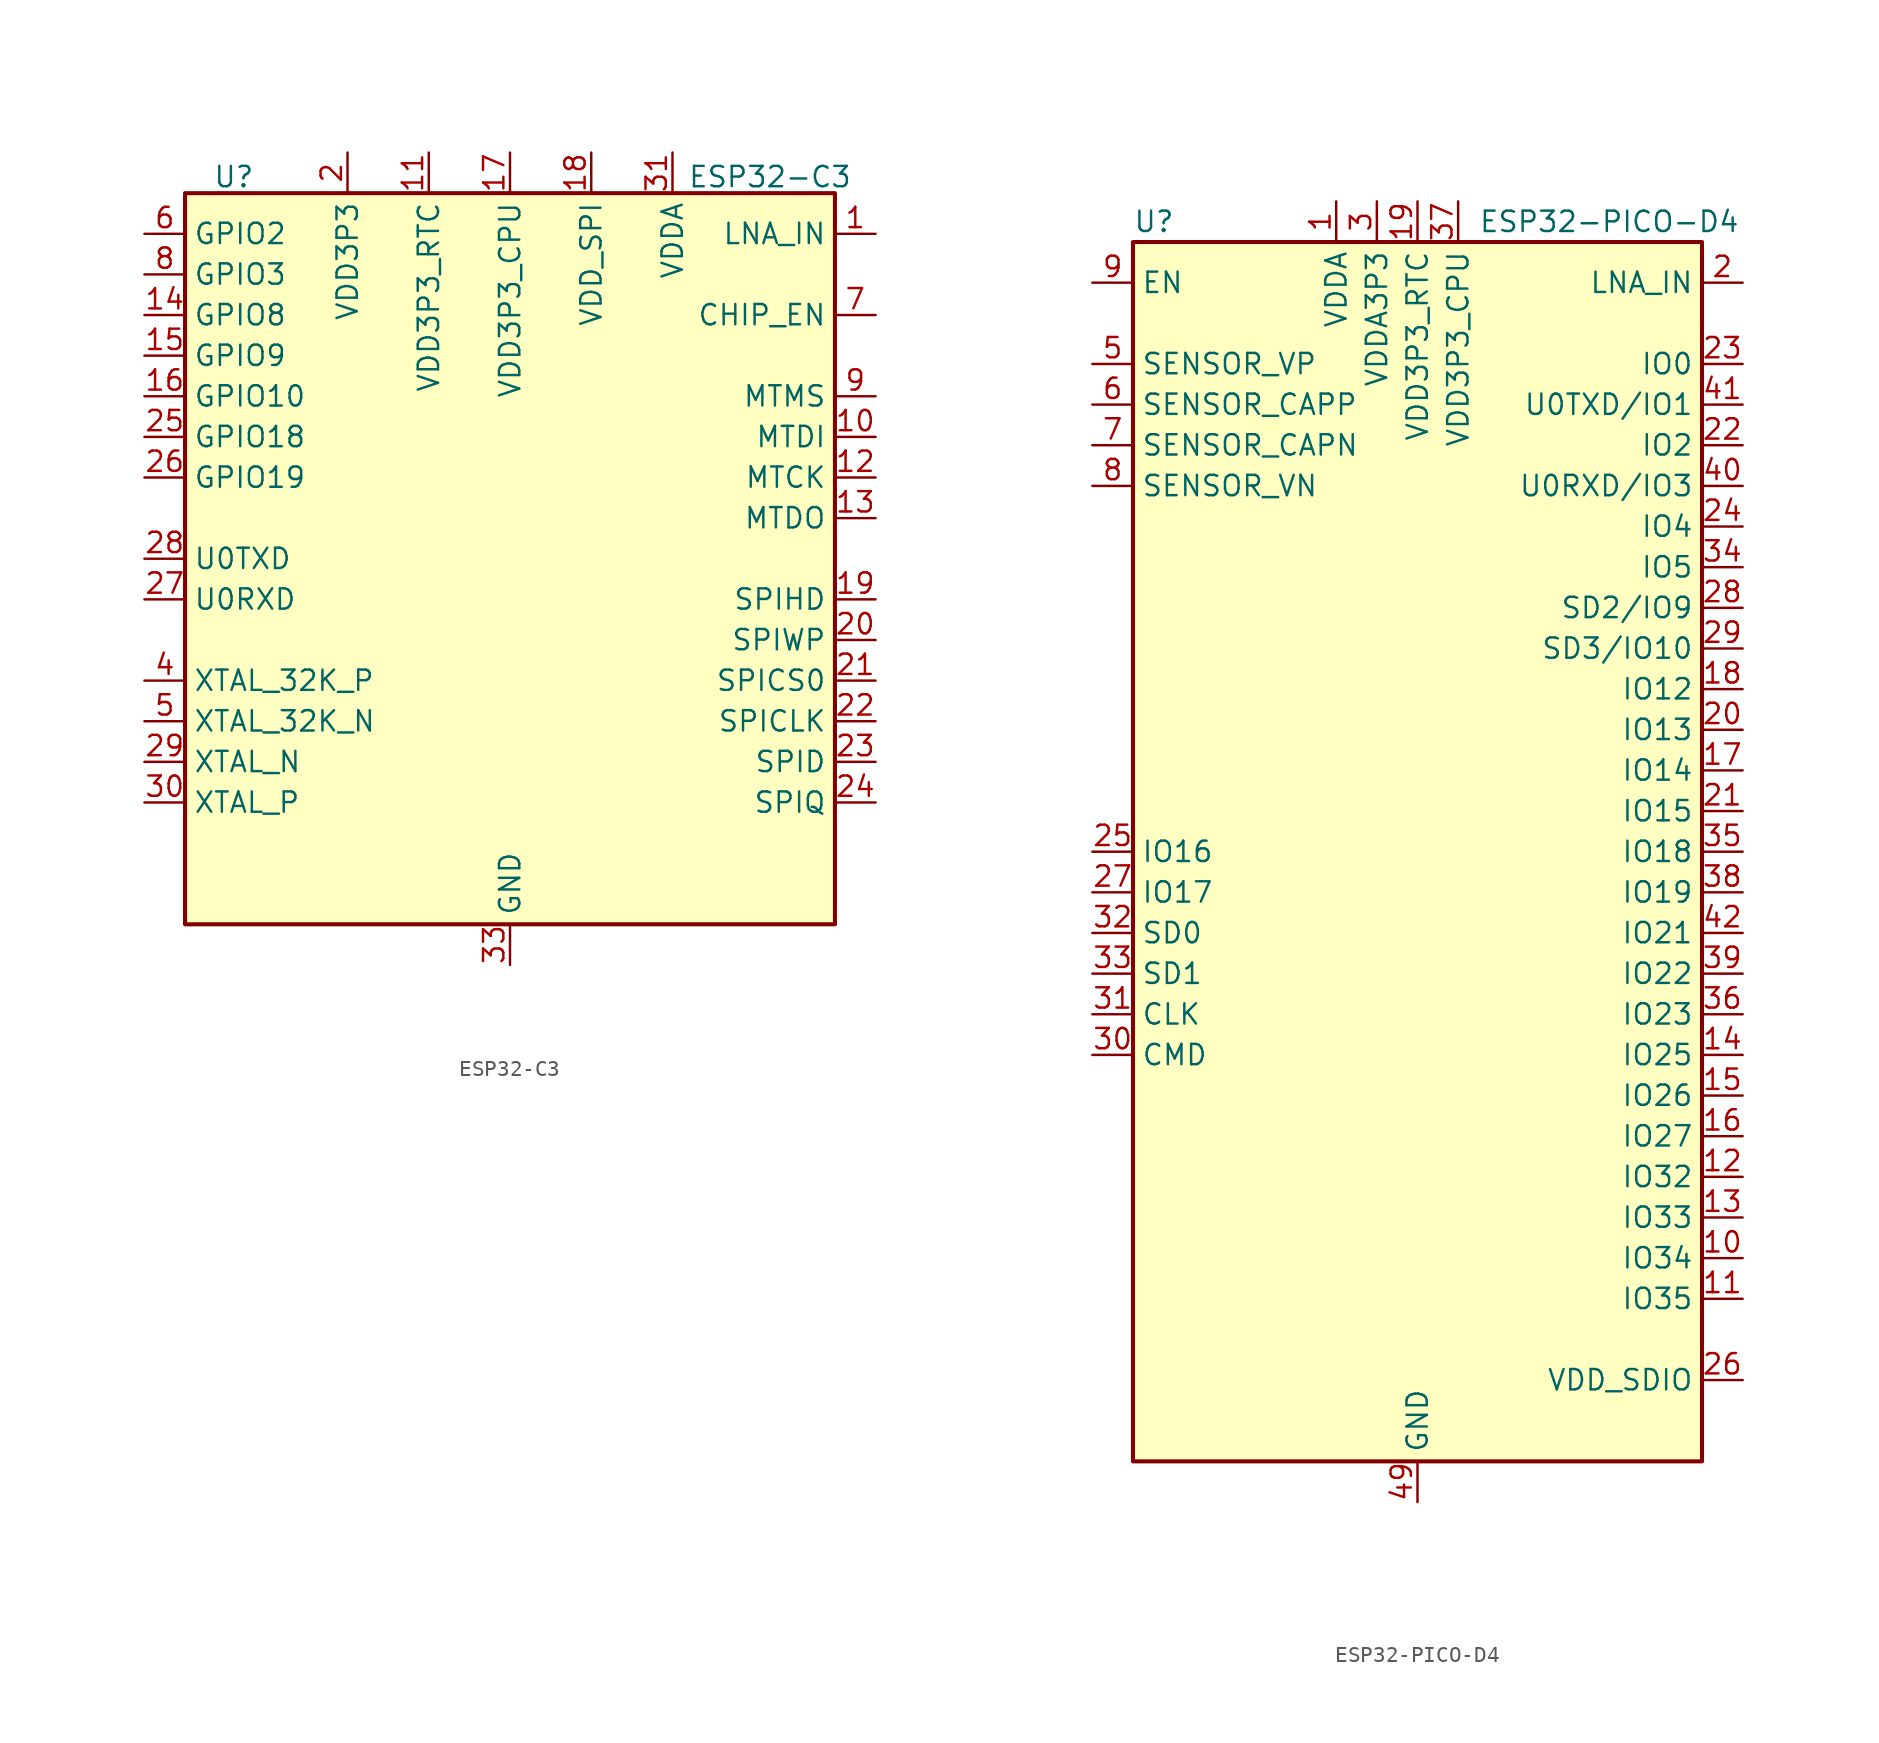
<source format=kicad_sym>
(kicad_symbol_lib
  (version 20231120)
  (generator "kicad_symbol_editor")
  (generator_version "8.0")
  (symbol "ESP32-C3"
    (property "Reference" "U"
      (at -17.272 23.876 0)
      (effects (font (size 1.27 1.27))))
    (property "Value" "ESP32-C3"
      (at 16.256 23.876 0)
      (effects (font (size 1.27 1.27))))
    (symbol "ESP32-C3_1_1"
      (rectangle (start -20.32 22.86) (end 20.32 -22.86) (stroke (width 0.254) (type default)) (fill (type background)))
      (pin bidirectional line (at 22.86 20.32 180) (length 2.54) (name "LNA_IN" (effects (font (size 1.27 1.27)))) (number "1" (effects (font (size 1.27 1.27)))))
      (pin bidirectional line (at 22.86 7.62 180) (length 2.54) (name "MTDI" (effects (font (size 1.27 1.27)))) (number "10" (effects (font (size 1.27 1.27)))))
      (pin power_in line (at -5.08 25.4 270) (length 2.54) (name "VDD3P3_RTC" (effects (font (size 1.27 1.27)))) (number "11" (effects (font (size 1.27 1.27)))))
      (pin bidirectional line (at 22.86 5.08 180) (length 2.54) (name "MTCK" (effects (font (size 1.27 1.27)))) (number "12" (effects (font (size 1.27 1.27)))))
      (pin bidirectional line (at 22.86 2.54 180) (length 2.54) (name "MTDO" (effects (font (size 1.27 1.27)))) (number "13" (effects (font (size 1.27 1.27)))))
      (pin bidirectional line (at -22.86 15.24 0) (length 2.54) (name "GPIO8" (effects (font (size 1.27 1.27)))) (number "14" (effects (font (size 1.27 1.27)))))
      (pin bidirectional line (at -22.86 12.7 0) (length 2.54) (name "GPIO9" (effects (font (size 1.27 1.27)))) (number "15" (effects (font (size 1.27 1.27)))))
      (pin bidirectional line (at -22.86 10.16 0) (length 2.54) (name "GPIO10" (effects (font (size 1.27 1.27)))) (number "16" (effects (font (size 1.27 1.27)))))
      (pin power_in line (at 0 25.4 270) (length 2.54) (name "VDD3P3_CPU" (effects (font (size 1.27 1.27)))) (number "17" (effects (font (size 1.27 1.27)))))
      (pin power_out line (at 5.08 25.4 270) (length 2.54) (name "VDD_SPI" (effects (font (size 1.27 1.27)))) (number "18" (effects (font (size 1.27 1.27)))))
      (pin bidirectional line (at 22.86 -2.54 180) (length 2.54) (name "SPIHD" (effects (font (size 1.27 1.27)))) (number "19" (effects (font (size 1.27 1.27)))))
      (pin power_in line (at -10.16 25.4 270) (length 2.54) (name "VDD3P3" (effects (font (size 1.27 1.27)))) (number "2" (effects (font (size 1.27 1.27)))))
      (pin bidirectional line (at 22.86 -5.08 180) (length 2.54) (name "SPIWP" (effects (font (size 1.27 1.27)))) (number "20" (effects (font (size 1.27 1.27)))))
      (pin bidirectional line (at 22.86 -7.62 180) (length 2.54) (name "SPICS0" (effects (font (size 1.27 1.27)))) (number "21" (effects (font (size 1.27 1.27)))))
      (pin bidirectional line (at 22.86 -10.16 180) (length 2.54) (name "SPICLK" (effects (font (size 1.27 1.27)))) (number "22" (effects (font (size 1.27 1.27)))))
      (pin bidirectional line (at 22.86 -12.7 180) (length 2.54) (name "SPID" (effects (font (size 1.27 1.27)))) (number "23" (effects (font (size 1.27 1.27)))))
      (pin bidirectional line (at 22.86 -15.24 180) (length 2.54) (name "SPIQ" (effects (font (size 1.27 1.27)))) (number "24" (effects (font (size 1.27 1.27)))))
      (pin bidirectional line (at -22.86 7.62 0) (length 2.54) (name "GPIO18" (effects (font (size 1.27 1.27)))) (number "25" (effects (font (size 1.27 1.27)))))
      (pin bidirectional line (at -22.86 5.08 0) (length 2.54) (name "GPIO19" (effects (font (size 1.27 1.27)))) (number "26" (effects (font (size 1.27 1.27)))))
      (pin bidirectional line (at -22.86 -2.54 0) (length 2.54) (name "U0RXD" (effects (font (size 1.27 1.27)))) (number "27" (effects (font (size 1.27 1.27)))))
      (pin bidirectional line (at -22.86 0 0) (length 2.54) (name "U0TXD" (effects (font (size 1.27 1.27)))) (number "28" (effects (font (size 1.27 1.27)))))
      (pin bidirectional line (at -22.86 -12.7 0) (length 2.54) (name "XTAL_N" (effects (font (size 1.27 1.27)))) (number "29" (effects (font (size 1.27 1.27)))))
      (pin passive line (at -10.16 25.4 270) (length 2.54) hide (name "VDD3P3" (effects (font (size 1.27 1.27)))) (number "3" (effects (font (size 1.27 1.27)))))
      (pin bidirectional line (at -22.86 -15.24 0) (length 2.54) (name "XTAL_P" (effects (font (size 1.27 1.27)))) (number "30" (effects (font (size 1.27 1.27)))))
      (pin power_in line (at 10.16 25.4 270) (length 2.54) (name "VDDA" (effects (font (size 1.27 1.27)))) (number "31" (effects (font (size 1.27 1.27)))))
      (pin passive line (at 10.16 25.4 270) (length 2.54) hide (name "VDDA" (effects (font (size 1.27 1.27)))) (number "32" (effects (font (size 1.27 1.27)))))
      (pin power_in line (at 0 -25.4 90) (length 2.54) (name "GND" (effects (font (size 1.27 1.27)))) (number "33" (effects (font (size 1.27 1.27)))))
      (pin bidirectional line (at -22.86 -7.62 0) (length 2.54) (name "XTAL_32K_P" (effects (font (size 1.27 1.27)))) (number "4" (effects (font (size 1.27 1.27)))))
      (pin bidirectional line (at -22.86 -10.16 0) (length 2.54) (name "XTAL_32K_N" (effects (font (size 1.27 1.27)))) (number "5" (effects (font (size 1.27 1.27)))))
      (pin bidirectional line (at -22.86 20.32 0) (length 2.54) (name "GPIO2" (effects (font (size 1.27 1.27)))) (number "6" (effects (font (size 1.27 1.27)))))
      (pin bidirectional line (at 22.86 15.24 180) (length 2.54) (name "CHIP_EN" (effects (font (size 1.27 1.27)))) (number "7" (effects (font (size 1.27 1.27)))))
      (pin bidirectional line (at -22.86 17.78 0) (length 2.54) (name "GPIO3" (effects (font (size 1.27 1.27)))) (number "8" (effects (font (size 1.27 1.27)))))
      (pin bidirectional line (at 22.86 10.16 180) (length 2.54) (name "MTMS" (effects (font (size 1.27 1.27)))) (number "9" (effects (font (size 1.27 1.27)))))))
  (symbol "ESP32-PICO-D4"
    (property "Reference" "U"
      (at -17.78 39.37 0)
      (effects (font (size 1.27 1.27)) (justify left)))
    (property "Value" "ESP32-PICO-D4"
      (at 3.81 39.37 0)
      (effects (font (size 1.27 1.27)) (justify left)))
    (symbol "ESP32-PICO-D4_0_0"
      (pin power_in line (at -5.08 40.64 270) (length 2.54) (name "VDDA" (effects (font (size 1.27 1.27)))) (number "1" (effects (font (size 1.27 1.27)))))
      (pin input line (at 20.32 -25.4 180) (length 2.54) (name "IO34" (effects (font (size 1.27 1.27)))) (number "10" (effects (font (size 1.27 1.27)))))
      (pin input line (at 20.32 -27.94 180) (length 2.54) (name "IO35" (effects (font (size 1.27 1.27)))) (number "11" (effects (font (size 1.27 1.27)))))
      (pin bidirectional line (at 20.32 -20.32 180) (length 2.54) (name "IO32" (effects (font (size 1.27 1.27)))) (number "12" (effects (font (size 1.27 1.27)))))
      (pin bidirectional line (at 20.32 -22.86 180) (length 2.54) (name "IO33" (effects (font (size 1.27 1.27)))) (number "13" (effects (font (size 1.27 1.27)))))
      (pin bidirectional line (at 20.32 -12.7 180) (length 2.54) (name "IO25" (effects (font (size 1.27 1.27)))) (number "14" (effects (font (size 1.27 1.27)))))
      (pin bidirectional line (at 20.32 -15.24 180) (length 2.54) (name "IO26" (effects (font (size 1.27 1.27)))) (number "15" (effects (font (size 1.27 1.27)))))
      (pin bidirectional line (at 20.32 -17.78 180) (length 2.54) (name "IO27" (effects (font (size 1.27 1.27)))) (number "16" (effects (font (size 1.27 1.27)))))
      (pin bidirectional line (at 20.32 5.08 180) (length 2.54) (name "IO14" (effects (font (size 1.27 1.27)))) (number "17" (effects (font (size 1.27 1.27)))))
      (pin bidirectional line (at 20.32 10.16 180) (length 2.54) (name "IO12" (effects (font (size 1.27 1.27)))) (number "18" (effects (font (size 1.27 1.27)))))
      (pin power_in line (at 0 40.64 270) (length 2.54) (name "VDD3P3_RTC" (effects (font (size 1.27 1.27)))) (number "19" (effects (font (size 1.27 1.27)))))
      (pin bidirectional line (at 20.32 35.56 180) (length 2.54) (name "LNA_IN" (effects (font (size 1.27 1.27)))) (number "2" (effects (font (size 1.27 1.27)))))
      (pin bidirectional line (at 20.32 7.62 180) (length 2.54) (name "IO13" (effects (font (size 1.27 1.27)))) (number "20" (effects (font (size 1.27 1.27)))))
      (pin bidirectional line (at 20.32 2.54 180) (length 2.54) (name "IO15" (effects (font (size 1.27 1.27)))) (number "21" (effects (font (size 1.27 1.27)))))
      (pin bidirectional line (at 20.32 25.4 180) (length 2.54) (name "IO2" (effects (font (size 1.27 1.27)))) (number "22" (effects (font (size 1.27 1.27)))))
      (pin bidirectional line (at 20.32 30.48 180) (length 2.54) (name "IO0" (effects (font (size 1.27 1.27)))) (number "23" (effects (font (size 1.27 1.27)))))
      (pin bidirectional line (at 20.32 20.32 180) (length 2.54) (name "IO4" (effects (font (size 1.27 1.27)))) (number "24" (effects (font (size 1.27 1.27)))))
      (pin bidirectional line (at -20.32 0 0) (length 2.54) (name "IO16" (effects (font (size 1.27 1.27)))) (number "25" (effects (font (size 1.27 1.27)))))
      (pin power_out line (at 20.32 -33.02 180) (length 2.54) (name "VDD_SDIO" (effects (font (size 1.27 1.27)))) (number "26" (effects (font (size 1.27 1.27)))))
      (pin bidirectional line (at -20.32 -2.54 0) (length 2.54) (name "IO17" (effects (font (size 1.27 1.27)))) (number "27" (effects (font (size 1.27 1.27)))))
      (pin bidirectional line (at 20.32 15.24 180) (length 2.54) (name "SD2/IO9" (effects (font (size 1.27 1.27)))) (number "28" (effects (font (size 1.27 1.27)))))
      (pin bidirectional line (at 20.32 12.7 180) (length 2.54) (name "SD3/IO10" (effects (font (size 1.27 1.27)))) (number "29" (effects (font (size 1.27 1.27)))))
      (pin power_in line (at -2.54 40.64 270) (length 2.54) (name "VDDA3P3" (effects (font (size 1.27 1.27)))) (number "3" (effects (font (size 1.27 1.27)))))
      (pin bidirectional line (at -20.32 -12.7 0) (length 2.54) (name "CMD" (effects (font (size 1.27 1.27)))) (number "30" (effects (font (size 1.27 1.27)))))
      (pin bidirectional line (at -20.32 -10.16 0) (length 2.54) (name "CLK" (effects (font (size 1.27 1.27)))) (number "31" (effects (font (size 1.27 1.27)))))
      (pin bidirectional line (at -20.32 -5.08 0) (length 2.54) (name "SD0" (effects (font (size 1.27 1.27)))) (number "32" (effects (font (size 1.27 1.27)))))
      (pin bidirectional line (at -20.32 -7.62 0) (length 2.54) (name "SD1" (effects (font (size 1.27 1.27)))) (number "33" (effects (font (size 1.27 1.27)))))
      (pin bidirectional line (at 20.32 17.78 180) (length 2.54) (name "IO5" (effects (font (size 1.27 1.27)))) (number "34" (effects (font (size 1.27 1.27)))))
      (pin bidirectional line (at 20.32 0 180) (length 2.54) (name "IO18" (effects (font (size 1.27 1.27)))) (number "35" (effects (font (size 1.27 1.27)))))
      (pin bidirectional line (at 20.32 -10.16 180) (length 2.54) (name "IO23" (effects (font (size 1.27 1.27)))) (number "36" (effects (font (size 1.27 1.27)))))
      (pin power_in line (at 2.54 40.64 270) (length 2.54) (name "VDD3P3_CPU" (effects (font (size 1.27 1.27)))) (number "37" (effects (font (size 1.27 1.27)))))
      (pin bidirectional line (at 20.32 -2.54 180) (length 2.54) (name "IO19" (effects (font (size 1.27 1.27)))) (number "38" (effects (font (size 1.27 1.27)))))
      (pin bidirectional line (at 20.32 -7.62 180) (length 2.54) (name "IO22" (effects (font (size 1.27 1.27)))) (number "39" (effects (font (size 1.27 1.27)))))
      (pin passive line (at -2.54 40.64 270) (length 2.54) hide (name "VDDA3P3" (effects (font (size 1.27 1.27)))) (number "4" (effects (font (size 1.27 1.27)))))
      (pin bidirectional line (at 20.32 22.86 180) (length 2.54) (name "U0RXD/IO3" (effects (font (size 1.27 1.27)))) (number "40" (effects (font (size 1.27 1.27)))))
      (pin bidirectional line (at 20.32 27.94 180) (length 2.54) (name "U0TXD/IO1" (effects (font (size 1.27 1.27)))) (number "41" (effects (font (size 1.27 1.27)))))
      (pin bidirectional line (at 20.32 -5.08 180) (length 2.54) (name "IO21" (effects (font (size 1.27 1.27)))) (number "42" (effects (font (size 1.27 1.27)))))
      (pin passive line (at -5.08 40.64 270) (length 2.54) hide (name "VDDA" (effects (font (size 1.27 1.27)))) (number "43" (effects (font (size 1.27 1.27)))))
      (pin no_connect line (at -17.78 -25.4 0) (length 2.54) hide (name "XTAL_N_NC" (effects (font (size 1.27 1.27)))) (number "44" (effects (font (size 1.27 1.27)))))
      (pin no_connect line (at -17.78 -27.94 0) (length 2.54) hide (name "XTAL_P_NC" (effects (font (size 1.27 1.27)))) (number "45" (effects (font (size 1.27 1.27)))))
      (pin passive line (at -5.08 40.64 270) (length 2.54) hide (name "VDDA" (effects (font (size 1.27 1.27)))) (number "46" (effects (font (size 1.27 1.27)))))
      (pin no_connect line (at -17.78 -30.48 0) (length 2.54) hide (name "CAP2_NC" (effects (font (size 1.27 1.27)))) (number "47" (effects (font (size 1.27 1.27)))))
      (pin no_connect line (at -17.78 -33.02 0) (length 2.54) hide (name "CAP1_NC" (effects (font (size 1.27 1.27)))) (number "48" (effects (font (size 1.27 1.27)))))
      (pin power_in line (at 0 -40.64 90) (length 2.54) (name "GND" (effects (font (size 1.27 1.27)))) (number "49" (effects (font (size 1.27 1.27)))))
      (pin input line (at -20.32 30.48 0) (length 2.54) (name "SENSOR_VP" (effects (font (size 1.27 1.27)))) (number "5" (effects (font (size 1.27 1.27)))))
      (pin input line (at -20.32 27.94 0) (length 2.54) (name "SENSOR_CAPP" (effects (font (size 1.27 1.27)))) (number "6" (effects (font (size 1.27 1.27)))))
      (pin input line (at -20.32 25.4 0) (length 2.54) (name "SENSOR_CAPN" (effects (font (size 1.27 1.27)))) (number "7" (effects (font (size 1.27 1.27)))))
      (pin input line (at -20.32 22.86 0) (length 2.54) (name "SENSOR_VN" (effects (font (size 1.27 1.27)))) (number "8" (effects (font (size 1.27 1.27)))))
      (pin input line (at -20.32 35.56 0) (length 2.54) (name "EN" (effects (font (size 1.27 1.27)))) (number "9" (effects (font (size 1.27 1.27))))))
    (symbol "ESP32-PICO-D4_0_1"
      (rectangle (start -17.78 38.1) (end 17.78 -38.1) (stroke (width 0.254) (type default)) (fill (type background))))))
</source>
